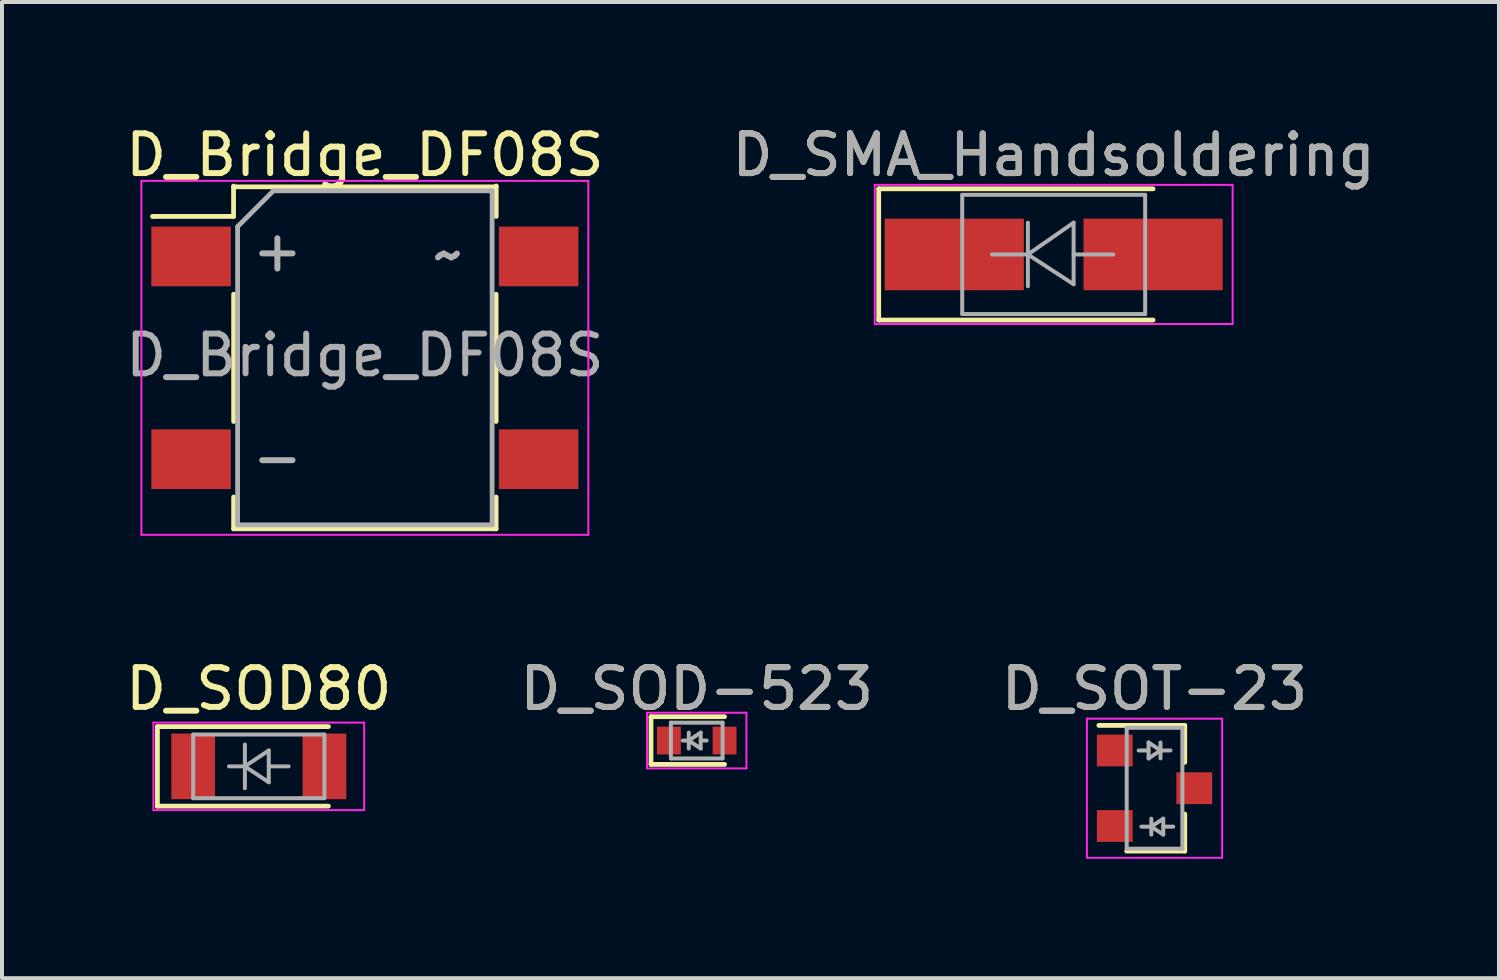
<source format=kicad_pcb>
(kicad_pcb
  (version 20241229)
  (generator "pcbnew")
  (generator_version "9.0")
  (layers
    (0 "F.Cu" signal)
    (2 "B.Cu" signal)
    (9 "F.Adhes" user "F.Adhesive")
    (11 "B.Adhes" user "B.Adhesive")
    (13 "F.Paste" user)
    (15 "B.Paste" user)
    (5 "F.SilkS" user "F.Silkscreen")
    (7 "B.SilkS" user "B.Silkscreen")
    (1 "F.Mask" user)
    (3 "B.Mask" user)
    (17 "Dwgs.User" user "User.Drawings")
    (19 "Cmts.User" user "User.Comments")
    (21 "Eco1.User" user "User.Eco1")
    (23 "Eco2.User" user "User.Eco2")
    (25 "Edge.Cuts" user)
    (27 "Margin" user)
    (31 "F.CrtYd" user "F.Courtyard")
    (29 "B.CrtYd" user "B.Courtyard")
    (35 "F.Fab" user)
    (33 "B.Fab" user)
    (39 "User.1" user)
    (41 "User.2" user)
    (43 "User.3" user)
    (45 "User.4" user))
  (footprint "D_SOD80"
    (layer "F.Cu")
    (at 3.458 16.221)
    (property "Reference" "D_SOD80" (at 0 -1.95 0) (layer "F.SilkS") (effects (font (size 1 1) (thickness 0.15))))
    (attr smd)
    (fp_line (start -2.55 -1) (end -2.55 1) (stroke (width 0.12) (type solid)) (layer "F.SilkS"))
    (fp_line (start -2.55 1) (end 1.75 1) (stroke (width 0.12) (type solid)) (layer "F.SilkS"))
    (fp_line (start 1.75 -1) (end -2.55 -1) (stroke (width 0.12) (type solid)) (layer "F.SilkS"))
    (fp_line (start -2.65 -1.1) (end 2.65 -1.1) (stroke (width 0.05) (type solid)) (layer "F.CrtYd"))
    (fp_line (start -2.65 1.1) (end -2.65 -1.1) (stroke (width 0.05) (type solid)) (layer "F.CrtYd"))
    (fp_line (start 2.65 -1.1) (end 2.65 1.1) (stroke (width 0.05) (type solid)) (layer "F.CrtYd"))
    (fp_line (start 2.65 1.1) (end -2.65 1.1) (stroke (width 0.05) (type solid)) (layer "F.CrtYd"))
    (fp_line (start -1.65 -0.8) (end 1.65 -0.8) (stroke (width 0.1) (type solid)) (layer "F.Fab"))
    (fp_line (start -1.65 0.8) (end -1.65 -0.8) (stroke (width 0.1) (type solid)) (layer "F.Fab"))
    (fp_line (start -0.75 0) (end -0.35 0) (stroke (width 0.1) (type solid)) (layer "F.Fab"))
    (fp_line (start -0.35 0) (end -0.35 -0.55) (stroke (width 0.1) (type solid)) (layer "F.Fab"))
    (fp_line (start -0.35 0) (end -0.35 0.55) (stroke (width 0.1) (type solid)) (layer "F.Fab"))
    (fp_line (start -0.35 0) (end 0.25 -0.4) (stroke (width 0.1) (type solid)) (layer "F.Fab"))
    (fp_line (start 0.25 -0.4) (end 0.25 0.4) (stroke (width 0.1) (type solid)) (layer "F.Fab"))
    (fp_line (start 0.25 0) (end 0.75 0) (stroke (width 0.1) (type solid)) (layer "F.Fab"))
    (fp_line (start 0.25 0.4) (end -0.35 0) (stroke (width 0.1) (type solid)) (layer "F.Fab"))
    (fp_line (start 1.65 -0.8) (end 1.65 0.8) (stroke (width 0.1) (type solid)) (layer "F.Fab"))
    (fp_line (start 1.65 0.8) (end -1.65 0.8) (stroke (width 0.1) (type solid)) (layer "F.Fab"))
    (pad "1" smd rect (at -1.65 0) (size 1.1 1.65) (layers "F.Cu" "F.Mask" "F.Paste"))
    (pad "2" smd rect (at 1.65 0) (size 1.1 1.65) (layers "F.Cu" "F.Mask" "F.Paste")))
  (footprint "D_SOD-523"
    (layer "F.Cu")
    (at 14.47 15.572)
    (property "Reference" "D_SOD-523" (at 0 -1.3 0) (layer "F.SilkS") (effects (font (size 1 1) (thickness 0.15))))
    (attr smd)
    (fp_line (start -1.15 -0.6) (end -1.15 0.6) (stroke (width 0.12) (type solid)) (layer "F.SilkS"))
    (fp_line (start 0.7 -0.6) (end -1.15 -0.6) (stroke (width 0.12) (type solid)) (layer "F.SilkS"))
    (fp_line (start 0.7 0.6) (end -1.15 0.6) (stroke (width 0.12) (type solid)) (layer "F.SilkS"))
    (fp_line (start -1.25 -0.7) (end 1.25 -0.7) (stroke (width 0.05) (type solid)) (layer "F.CrtYd"))
    (fp_line (start -1.25 0.7) (end -1.25 -0.7) (stroke (width 0.05) (type solid)) (layer "F.CrtYd"))
    (fp_line (start 1.25 -0.7) (end 1.25 0.7) (stroke (width 0.05) (type solid)) (layer "F.CrtYd"))
    (fp_line (start 1.25 0.7) (end -1.25 0.7) (stroke (width 0.05) (type solid)) (layer "F.CrtYd"))
    (fp_line (start -0.65 -0.45) (end 0.65 -0.45) (stroke (width 0.1) (type solid)) (layer "F.Fab"))
    (fp_line (start -0.65 0.45) (end -0.65 -0.45) (stroke (width 0.1) (type solid)) (layer "F.Fab"))
    (fp_line (start -0.2 0) (end -0.35 0) (stroke (width 0.1) (type solid)) (layer "F.Fab"))
    (fp_line (start -0.2 0) (end 0.1 0.2) (stroke (width 0.1) (type solid)) (layer "F.Fab"))
    (fp_line (start -0.2 0.2) (end -0.2 -0.2) (stroke (width 0.1) (type solid)) (layer "F.Fab"))
    (fp_line (start 0.1 -0.2) (end -0.2 0) (stroke (width 0.1) (type solid)) (layer "F.Fab"))
    (fp_line (start 0.1 0) (end 0.25 0) (stroke (width 0.1) (type solid)) (layer "F.Fab"))
    (fp_line (start 0.1 0.2) (end 0.1 -0.2) (stroke (width 0.1) (type solid)) (layer "F.Fab"))
    (fp_line (start 0.65 -0.45) (end 0.65 0.45) (stroke (width 0.1) (type solid)) (layer "F.Fab"))
    (fp_line (start 0.65 0.45) (end -0.65 0.45) (stroke (width 0.1) (type solid)) (layer "F.Fab"))
    (fp_text user "${REFERENCE}" (at 0 -1.3 0) (layer "F.Fab") (effects (font (size 1 1) (thickness 0.15))))
    (pad "1" smd rect (at -0.7 0 180) (size 0.6 0.7) (layers "F.Cu" "F.Mask" "F.Paste"))
    (pad "2" smd rect (at 0.7 0 180) (size 0.6 0.7) (layers "F.Cu" "F.Mask" "F.Paste")))
  (footprint "D_Bridge_DF08S"
    (layer "F.Cu")
    (at 6.125 5.948)
    (property "Reference" "D_Bridge_DF08S" (at 0 -5.1 0) (layer "F.SilkS") (effects (font (size 1 1) (thickness 0.15))))
    (attr smd)
    (fp_line (start -5.334 -3.556) (end -5.334 -3.556) (stroke (width 0.12) (type solid)) (layer "F.SilkS"))
    (fp_line (start -3.302 -4.318) (end -3.302 -3.556) (stroke (width 0.12) (type solid)) (layer "F.SilkS"))
    (fp_line (start -3.302 -3.556) (end -5.334 -3.556) (stroke (width 0.12) (type solid)) (layer "F.SilkS"))
    (fp_line (start -3.3 -4.3) (end 3.3 -4.3) (stroke (width 0.12) (type solid)) (layer "F.SilkS"))
    (fp_line (start -3.3 -1.6) (end -3.3 1.6) (stroke (width 0.12) (type solid)) (layer "F.SilkS"))
    (fp_line (start -3.3 3.5) (end -3.3 4.3) (stroke (width 0.12) (type solid)) (layer "F.SilkS"))
    (fp_line (start -3.3 4.3) (end 3.3 4.3) (stroke (width 0.12) (type solid)) (layer "F.SilkS"))
    (fp_line (start 3.3 -1.6) (end 3.3 1.6) (stroke (width 0.12) (type solid)) (layer "F.SilkS"))
    (fp_line (start 3.3 4.3) (end 3.3 3.5) (stroke (width 0.12) (type solid)) (layer "F.SilkS"))
    (fp_line (start 3.302 -4.318) (end 3.302 -4.318) (stroke (width 0.12) (type solid)) (layer "F.SilkS"))
    (fp_line (start 3.302 -3.556) (end 3.302 -4.318) (stroke (width 0.12) (type solid)) (layer "F.SilkS"))
    (fp_line (start -5.62 -4.45) (end -5.62 4.45) (stroke (width 0.05) (type solid)) (layer "F.CrtYd"))
    (fp_line (start -5.62 -4.45) (end 5.62 -4.45) (stroke (width 0.05) (type solid)) (layer "F.CrtYd"))
    (fp_line (start 5.62 4.45) (end -5.62 4.45) (stroke (width 0.05) (type solid)) (layer "F.CrtYd"))
    (fp_line (start 5.62 4.45) (end 5.62 -4.45) (stroke (width 0.05) (type solid)) (layer "F.CrtYd"))
    (fp_line (start -3.2 -3.3) (end -2.3 -4.2) (stroke (width 0.12) (type solid)) (layer "F.Fab"))
    (fp_line (start -3.2 4.2) (end -3.2 -3.3) (stroke (width 0.12) (type solid)) (layer "F.Fab"))
    (fp_line (start -2.3 -4.2) (end 3.2 -4.2) (stroke (width 0.12) (type solid)) (layer "F.Fab"))
    (fp_line (start 3.2 -4.2) (end 3.2 4.2) (stroke (width 0.12) (type solid)) (layer "F.Fab"))
    (fp_line (start 3.2 4.2) (end -3.2 4.2) (stroke (width 0.12) (type solid)) (layer "F.Fab"))
    (fp_text user "-" (at -2.2 2.5 0) (layer "F.Fab") (effects (font (size 1 1) (thickness 0.15))))
    (fp_text user "~" (at 2.1 -2.6 0) (layer "F.Fab") (effects (font (size 1 1) (thickness 0.15))))
    (fp_text user "+" (at -2.2 -2.7 0) (layer "F.Fab") (effects (font (size 1 1) (thickness 0.15))))
    (fp_text user "${REFERENCE}" (at 0 -0.065 0) (layer "F.Fab") (effects (font (size 1 1) (thickness 0.15))))
    (pad "1" smd rect (at -4.37 -2.55) (size 2 1.5) (layers "F.Cu" "F.Mask" "F.Paste"))
    (pad "2" smd rect (at -4.37 2.55) (size 2 1.5) (layers "F.Cu" "F.Mask" "F.Paste"))
    (pad "3" smd rect (at 4.37 2.55) (size 2 1.5) (layers "F.Cu" "F.Mask" "F.Paste"))
    (pad "4" smd rect (at 4.37 -2.55) (size 2 1.5) (layers "F.Cu" "F.Mask" "F.Paste")))
  (footprint "D_SMA_Handsoldering"
    (layer "F.Cu")
    (at 23.446 3.348)
    (property "Reference" "D_SMA_Handsoldering" (at 0 -2.5 0) (layer "F.SilkS") (effects (font (size 1 1) (thickness 0.15))))
    (attr smd)
    (fp_line (start -4.4 -1.65) (end -4.4 1.65) (stroke (width 0.12) (type solid)) (layer "F.SilkS"))
    (fp_line (start -4.4 -1.65) (end 2.5 -1.65) (stroke (width 0.12) (type solid)) (layer "F.SilkS"))
    (fp_line (start -4.4 1.65) (end 2.5 1.65) (stroke (width 0.12) (type solid)) (layer "F.SilkS"))
    (fp_line (start -4.5 -1.75) (end 4.5 -1.75) (stroke (width 0.05) (type solid)) (layer "F.CrtYd"))
    (fp_line (start -4.5 1.75) (end -4.5 -1.75) (stroke (width 0.05) (type solid)) (layer "F.CrtYd"))
    (fp_line (start 4.5 -1.75) (end 4.5 1.75) (stroke (width 0.05) (type solid)) (layer "F.CrtYd"))
    (fp_line (start 4.5 1.75) (end -4.5 1.75) (stroke (width 0.05) (type solid)) (layer "F.CrtYd"))
    (fp_line (start -2.3 1.5) (end -2.3 -1.5) (stroke (width 0.1) (type solid)) (layer "F.Fab"))
    (fp_line (start -0.649 -0.799) (end -0.649 0.801) (stroke (width 0.1) (type solid)) (layer "F.Fab"))
    (fp_line (start -0.649 0.001) (end -1.551 0.001) (stroke (width 0.1) (type solid)) (layer "F.Fab"))
    (fp_line (start -0.649 0.001) (end 0.501 -0.799) (stroke (width 0.1) (type solid)) (layer "F.Fab"))
    (fp_line (start -0.649 0.001) (end 0.501 0.75) (stroke (width 0.1) (type solid)) (layer "F.Fab"))
    (fp_line (start 0.501 0.001) (end 1.499 0.001) (stroke (width 0.1) (type solid)) (layer "F.Fab"))
    (fp_line (start 0.501 0.75) (end 0.501 -0.799) (stroke (width 0.1) (type solid)) (layer "F.Fab"))
    (fp_line (start 2.3 -1.5) (end -2.3 -1.5) (stroke (width 0.1) (type solid)) (layer "F.Fab"))
    (fp_line (start 2.3 -1.5) (end 2.3 1.5) (stroke (width 0.1) (type solid)) (layer "F.Fab"))
    (fp_line (start 2.3 1.5) (end -2.3 1.5) (stroke (width 0.1) (type solid)) (layer "F.Fab"))
    (fp_text user "${REFERENCE}" (at 0 -2.5 0) (layer "F.Fab") (effects (font (size 1 1) (thickness 0.15))))
    (pad "1" smd rect (at -2.5 0) (size 3.5 1.8) (layers "F.Cu" "F.Mask" "F.Paste"))
    (pad "2" smd rect (at 2.5 0) (size 3.5 1.8) (layers "F.Cu" "F.Mask" "F.Paste")))
  (footprint "D_SOT-23"
    (layer "F.Cu")
    (at 25.982 16.771)
    (property "Reference" "D_SOT-23" (at 0 -2.5 0) (layer "F.SilkS") (effects (font (size 1 1) (thickness 0.15))))
    (attr smd)
    (fp_line (start 0.76 -1.58) (end -1.4 -1.58) (stroke (width 0.12) (type solid)) (layer "F.SilkS"))
    (fp_line (start 0.76 -1.58) (end 0.76 -0.65) (stroke (width 0.12) (type solid)) (layer "F.SilkS"))
    (fp_line (start 0.76 1.58) (end -0.7 1.58) (stroke (width 0.12) (type solid)) (layer "F.SilkS"))
    (fp_line (start 0.76 1.58) (end 0.76 0.65) (stroke (width 0.12) (type solid)) (layer "F.SilkS"))
    (fp_line (start -1.7 -1.75) (end 1.7 -1.75) (stroke (width 0.05) (type solid)) (layer "F.CrtYd"))
    (fp_line (start -1.7 1.75) (end -1.7 -1.75) (stroke (width 0.05) (type solid)) (layer "F.CrtYd"))
    (fp_line (start 1.7 -1.75) (end 1.7 1.75) (stroke (width 0.05) (type solid)) (layer "F.CrtYd"))
    (fp_line (start 1.7 1.75) (end -1.7 1.75) (stroke (width 0.05) (type solid)) (layer "F.CrtYd"))
    (fp_line (start -0.7 -1.52) (end -0.7 1.52) (stroke (width 0.1) (type solid)) (layer "F.Fab"))
    (fp_line (start -0.7 -1.52) (end 0.7 -1.52) (stroke (width 0.1) (type solid)) (layer "F.Fab"))
    (fp_line (start -0.7 1.52) (end 0.7 1.52) (stroke (width 0.1) (type solid)) (layer "F.Fab"))
    (fp_line (start -0.15 -1.15) (end -0.15 -0.75) (stroke (width 0.1) (type solid)) (layer "F.Fab"))
    (fp_line (start -0.15 -0.95) (end -0.4 -0.95) (stroke (width 0.1) (type solid)) (layer "F.Fab"))
    (fp_line (start -0.15 -0.75) (end 0.15 -0.95) (stroke (width 0.1) (type solid)) (layer "F.Fab"))
    (fp_line (start -0.081 0.966) (end -0.331 0.966) (stroke (width 0.1) (type solid)) (layer "F.Fab"))
    (fp_line (start -0.081 0.966) (end 0.219 1.166) (stroke (width 0.1) (type solid)) (layer "F.Fab"))
    (fp_line (start -0.081 1.166) (end -0.081 0.766) (stroke (width 0.1) (type solid)) (layer "F.Fab"))
    (fp_line (start 0.15 -1.15) (end 0.15 -0.75) (stroke (width 0.1) (type solid)) (layer "F.Fab"))
    (fp_line (start 0.15 -0.95) (end -0.15 -1.15) (stroke (width 0.1) (type solid)) (layer "F.Fab"))
    (fp_line (start 0.15 -0.95) (end 0.4 -0.95) (stroke (width 0.1) (type solid)) (layer "F.Fab"))
    (fp_line (start 0.219 0.766) (end -0.081 0.966) (stroke (width 0.1) (type solid)) (layer "F.Fab"))
    (fp_line (start 0.219 0.966) (end 0.469 0.966) (stroke (width 0.1) (type solid)) (layer "F.Fab"))
    (fp_line (start 0.219 1.166) (end 0.219 0.766) (stroke (width 0.1) (type solid)) (layer "F.Fab"))
    (fp_line (start 0.7 -1.52) (end 0.7 1.52) (stroke (width 0.1) (type solid)) (layer "F.Fab"))
    (fp_text user "${REFERENCE}" (at 0 -2.5 0) (layer "F.Fab") (effects (font (size 1 1) (thickness 0.15))))
    (pad "1" smd rect (at -1 -0.95) (size 0.9 0.8) (layers "F.Cu" "F.Mask" "F.Paste"))
    (pad "2" smd rect (at -1 0.95) (size 0.9 0.8) (layers "F.Cu" "F.Mask" "F.Paste"))
    (pad "3" smd rect (at 1 0) (size 0.9 0.8) (layers "F.Cu" "F.Mask" "F.Paste")))
  (gr_rect
    (start -3 -3)
    (end 34.643 21.547)
    (stroke (width 0.1) (type default))
    (fill no)
    (layer "Edge.Cuts")))
</source>
